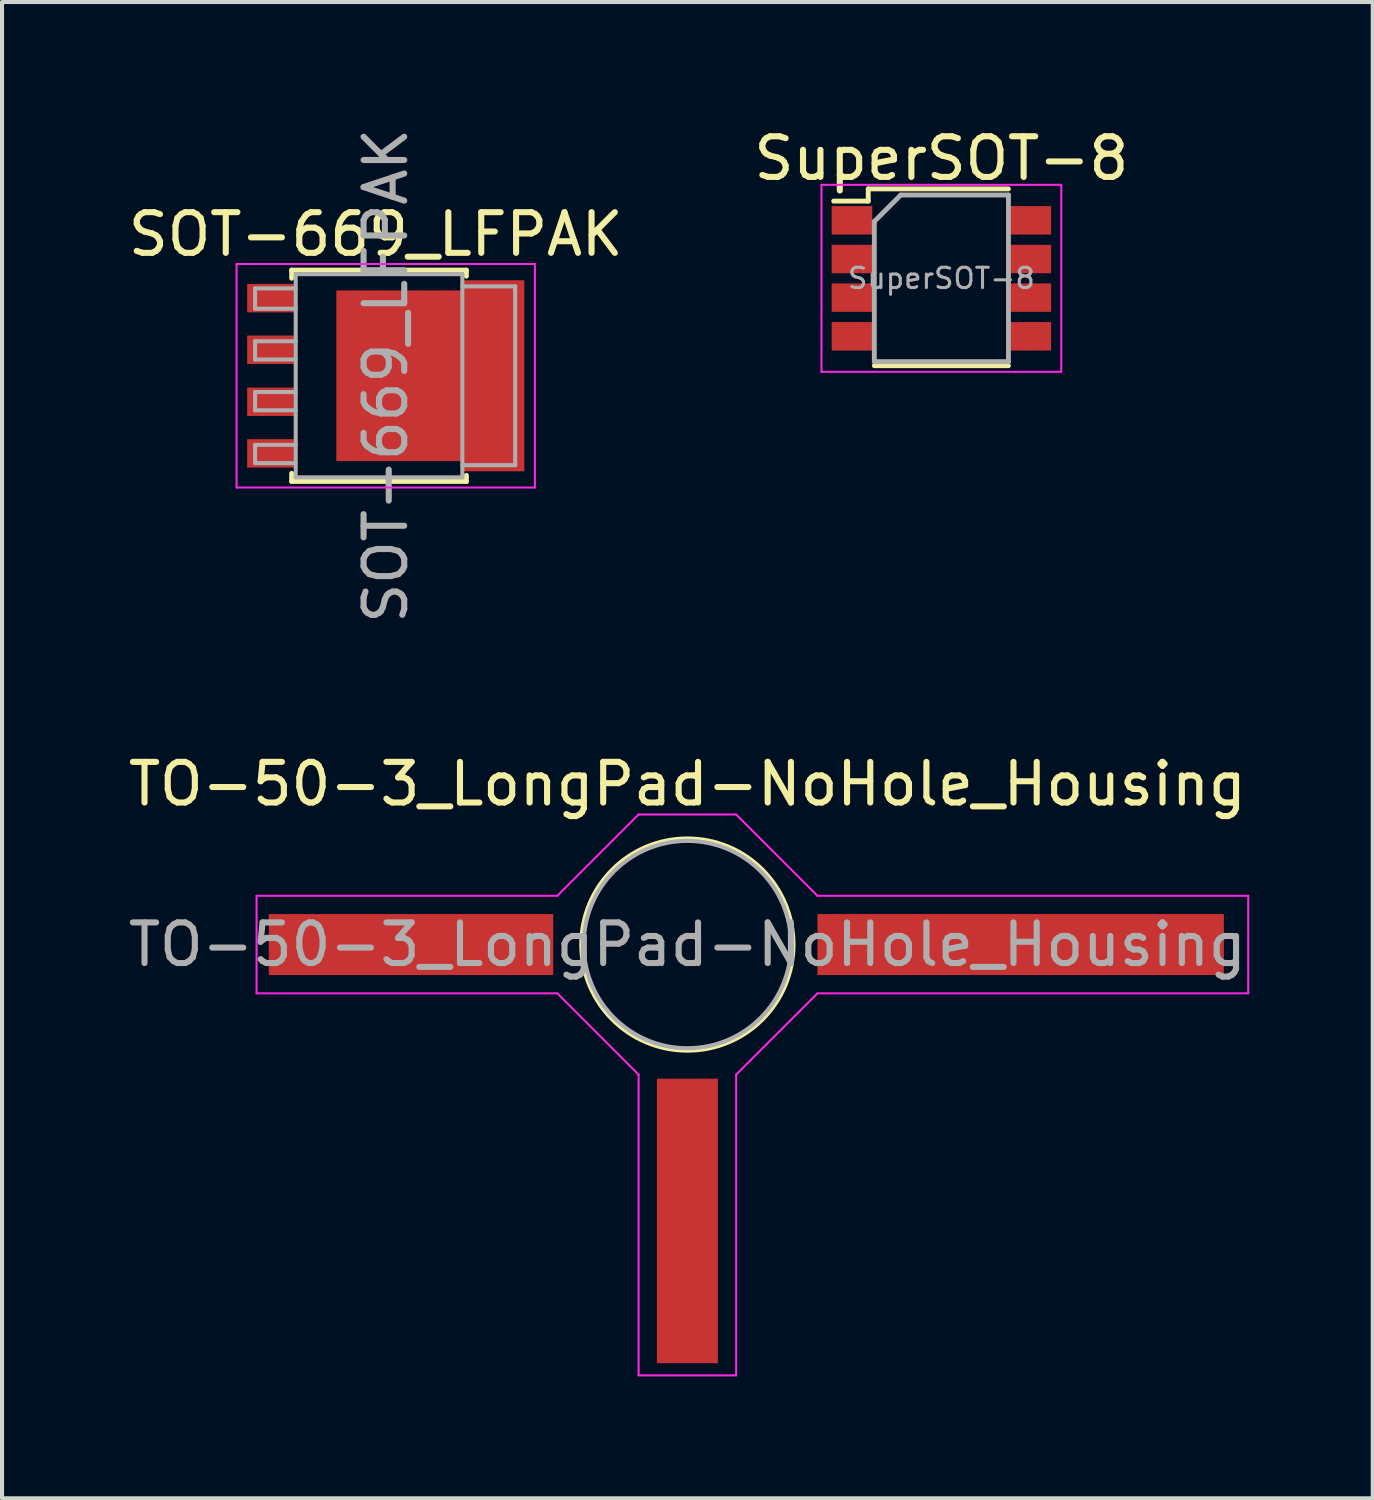
<source format=kicad_pcb>
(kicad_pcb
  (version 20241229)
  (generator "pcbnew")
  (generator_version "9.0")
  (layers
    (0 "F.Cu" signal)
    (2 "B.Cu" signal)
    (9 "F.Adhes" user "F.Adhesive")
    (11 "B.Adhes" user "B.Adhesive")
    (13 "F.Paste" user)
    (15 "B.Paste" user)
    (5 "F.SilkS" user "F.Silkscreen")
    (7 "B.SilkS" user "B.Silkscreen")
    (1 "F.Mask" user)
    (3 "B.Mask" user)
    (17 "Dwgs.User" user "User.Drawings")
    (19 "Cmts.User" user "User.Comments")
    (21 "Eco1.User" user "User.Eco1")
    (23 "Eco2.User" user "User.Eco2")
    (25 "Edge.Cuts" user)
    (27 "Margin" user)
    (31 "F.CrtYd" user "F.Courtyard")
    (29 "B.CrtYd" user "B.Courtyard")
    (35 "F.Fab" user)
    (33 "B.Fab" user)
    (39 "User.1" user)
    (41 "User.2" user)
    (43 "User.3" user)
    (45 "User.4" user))
  (footprint "SuperSOT-8"
    (layer "F.Cu")
    (at 20.113 3.798)
    (property "Reference" "SuperSOT-8" (at 0 -2.95 0) (layer "F.SilkS") (effects (font (size 1 1) (thickness 0.15))))
    (attr smd)
    (fp_line (start -2.65 -1.9) (end -1.8 -1.9) (stroke (width 0.12) (type solid)) (layer "F.SilkS"))
    (fp_line (start -1.8 -2.2) (end 1.65 -2.2) (stroke (width 0.12) (type solid)) (layer "F.SilkS"))
    (fp_line (start -1.8 -1.9) (end -1.8 -2.2) (stroke (width 0.12) (type solid)) (layer "F.SilkS"))
    (fp_line (start 1.65 2.15) (end -1.65 2.15) (stroke (width 0.12) (type solid)) (layer "F.SilkS"))
    (fp_line (start -2.95 -2.3) (end -2.95 2.3) (stroke (width 0.05) (type solid)) (layer "F.CrtYd"))
    (fp_line (start -2.95 -2.3) (end 2.95 -2.3) (stroke (width 0.05) (type solid)) (layer "F.CrtYd"))
    (fp_line (start 2.95 2.3) (end -2.95 2.3) (stroke (width 0.05) (type solid)) (layer "F.CrtYd"))
    (fp_line (start 2.95 2.3) (end 2.95 -2.3) (stroke (width 0.05) (type solid)) (layer "F.CrtYd"))
    (fp_line (start -1.65 -1.4) (end -1 -2.05) (stroke (width 0.12) (type solid)) (layer "F.Fab"))
    (fp_line (start -1.65 2.05) (end -1.65 -1.4) (stroke (width 0.12) (type solid)) (layer "F.Fab"))
    (fp_line (start -1 -2.05) (end 1.65 -2.05) (stroke (width 0.12) (type solid)) (layer "F.Fab"))
    (fp_line (start 1.65 -2.05) (end 1.65 2.05) (stroke (width 0.12) (type solid)) (layer "F.Fab"))
    (fp_line (start 1.65 2.05) (end -1.65 2.05) (stroke (width 0.12) (type solid)) (layer "F.Fab"))
    (fp_text user "${REFERENCE}" (at 0 0 0) (layer "F.Fab") (effects (font (size 0.5 0.5) (thickness 0.075))))
    (pad "1" smd rect (at -2.2 -1.427) (size 1 0.7) (layers "F.Cu" "F.Mask" "F.Paste"))
    (pad "2" smd rect (at -2.2 -0.475) (size 1 0.7) (layers "F.Cu" "F.Mask" "F.Paste"))
    (pad "3" smd rect (at -2.2 0.475) (size 1 0.7) (layers "F.Cu" "F.Mask" "F.Paste"))
    (pad "4" smd rect (at -2.2 1.427) (size 1 0.7) (layers "F.Cu" "F.Mask" "F.Paste"))
    (pad "5" smd rect (at 2.2 1.427) (size 1 0.7) (layers "F.Cu" "F.Mask" "F.Paste"))
    (pad "6" smd rect (at 2.2 0.475) (size 1 0.7) (layers "F.Cu" "F.Mask" "F.Paste"))
    (pad "7" smd rect (at 2.2 -0.475) (size 1 0.7) (layers "F.Cu" "F.Mask" "F.Paste"))
    (pad "8" smd rect (at 2.2 -1.427) (size 1 0.7) (layers "F.Cu" "F.Mask" "F.Paste")))
  (footprint "TO-50-3_LongPad-NoHole_Housing"
    (layer "F.Cu")
    (at 14.563 23.591)
    (property "Reference" "TO-50-3_LongPad-NoHole_Housing" (at -0.7 -7.35 180) (layer "F.SilkS") (effects (font (size 1 1) (thickness 0.15))))
    (attr smd)
    (fp_circle (center -0.7 -3.4) (end -0.7 -6) (stroke (width 0.12) (type solid)) (fill no) (layer "F.SilkS"))
    (fp_line (start -11.3 -4.6) (end -3.9 -4.6) (stroke (width 0.05) (type solid)) (layer "F.CrtYd"))
    (fp_line (start -11.3 -2.2) (end -11.3 -4.6) (stroke (width 0.05) (type solid)) (layer "F.CrtYd"))
    (fp_line (start -3.9 -4.6) (end -1.9 -6.6) (stroke (width 0.05) (type solid)) (layer "F.CrtYd"))
    (fp_line (start -3.9 -2.2) (end -11.3 -2.2) (stroke (width 0.05) (type solid)) (layer "F.CrtYd"))
    (fp_line (start -1.9 -6.6) (end 0.5 -6.6) (stroke (width 0.05) (type solid)) (layer "F.CrtYd"))
    (fp_line (start -1.9 -0.2) (end -3.9 -2.2) (stroke (width 0.05) (type solid)) (layer "F.CrtYd"))
    (fp_line (start -1.9 7.2) (end -1.9 -0.2) (stroke (width 0.05) (type solid)) (layer "F.CrtYd"))
    (fp_line (start 0.5 -6.6) (end 2.5 -4.6) (stroke (width 0.05) (type solid)) (layer "F.CrtYd"))
    (fp_line (start 0.5 -0.2) (end 0.5 7.2) (stroke (width 0.05) (type solid)) (layer "F.CrtYd"))
    (fp_line (start 0.5 7.2) (end -1.9 7.2) (stroke (width 0.05) (type solid)) (layer "F.CrtYd"))
    (fp_line (start 2.5 -4.6) (end 13.1 -4.6) (stroke (width 0.05) (type solid)) (layer "F.CrtYd"))
    (fp_line (start 2.5 -2.2) (end 0.5 -0.2) (stroke (width 0.05) (type solid)) (layer "F.CrtYd"))
    (fp_line (start 13.1 -4.6) (end 13.1 -2.2) (stroke (width 0.05) (type solid)) (layer "F.CrtYd"))
    (fp_line (start 13.1 -2.2) (end 2.5 -2.2) (stroke (width 0.05) (type solid)) (layer "F.CrtYd"))
    (fp_circle (center -0.7 -3.4) (end -0.65 -5.95) (stroke (width 0.1) (type solid)) (fill no) (layer "F.Fab"))
    (fp_text user "${REFERENCE}" (at -0.7 -3.4 0) (layer "F.Fab") (effects (font (size 1 1) (thickness 0.15))))
    (pad "1" smd rect (at -7.5 -3.4 90) (size 1.5 7) (layers "F.Cu" "F.Mask" "F.Paste"))
    (pad "2" smd rect (at -0.7 3.4 90) (size 7 1.5) (layers "F.Cu" "F.Mask" "F.Paste"))
    (pad "3" smd rect (at 7.5 -3.4 90) (size 1.5 10) (layers "F.Cu" "F.Mask" "F.Paste")))
  (footprint "SOT-669_LFPAK"
    (layer "F.Cu")
    (at 6.441 6.196)
    (property "Reference" "SOT-669_LFPAK" (at -0.245 -3.48 0) (layer "F.SilkS") (effects (font (size 1 1) (thickness 0.15))))
    (attr smd)
    (fp_line (start -2.315 -2.6) (end -2.315 -2.4) (stroke (width 0.12) (type solid)) (layer "F.SilkS"))
    (fp_line (start -2.315 2.4) (end -2.315 2.6) (stroke (width 0.12) (type solid)) (layer "F.SilkS"))
    (fp_line (start -2.315 2.6) (end 1.985 2.6) (stroke (width 0.12) (type solid)) (layer "F.SilkS"))
    (fp_line (start 1.985 -2.6) (end -2.315 -2.6) (stroke (width 0.12) (type solid)) (layer "F.SilkS"))
    (fp_line (start 1.985 -2.45) (end 1.985 -2.6) (stroke (width 0.12) (type solid)) (layer "F.SilkS"))
    (fp_line (start 1.985 2.6) (end 1.985 2.45) (stroke (width 0.12) (type solid)) (layer "F.SilkS"))
    (fp_line (start -3.67 2.75) (end -3.67 -2.75) (stroke (width 0.05) (type solid)) (layer "F.CrtYd"))
    (fp_line (start -3.67 2.75) (end 3.67 2.75) (stroke (width 0.05) (type solid)) (layer "F.CrtYd"))
    (fp_line (start 3.67 -2.75) (end -3.67 -2.75) (stroke (width 0.05) (type solid)) (layer "F.CrtYd"))
    (fp_line (start 3.67 -2.75) (end 3.67 2.75) (stroke (width 0.05) (type solid)) (layer "F.CrtYd"))
    (fp_line (start -3.215 -2.15) (end -3.215 -1.65) (stroke (width 0.1) (type solid)) (layer "F.Fab"))
    (fp_line (start -3.215 -2.15) (end -2.215 -2.15) (stroke (width 0.1) (type solid)) (layer "F.Fab"))
    (fp_line (start -3.215 -1.65) (end -2.215 -1.65) (stroke (width 0.1) (type solid)) (layer "F.Fab"))
    (fp_line (start -3.215 -0.85) (end -3.215 -0.4) (stroke (width 0.1) (type solid)) (layer "F.Fab"))
    (fp_line (start -3.215 -0.4) (end -2.215 -0.4) (stroke (width 0.1) (type solid)) (layer "F.Fab"))
    (fp_line (start -3.215 0.4) (end -3.215 0.85) (stroke (width 0.1) (type solid)) (layer "F.Fab"))
    (fp_line (start -3.215 0.85) (end -2.215 0.85) (stroke (width 0.1) (type solid)) (layer "F.Fab"))
    (fp_line (start -3.215 1.7) (end -3.215 2.15) (stroke (width 0.1) (type solid)) (layer "F.Fab"))
    (fp_line (start -3.215 2.15) (end -2.215 2.15) (stroke (width 0.1) (type solid)) (layer "F.Fab"))
    (fp_line (start -2.215 -2.5) (end -2.215 2.5) (stroke (width 0.1) (type solid)) (layer "F.Fab"))
    (fp_line (start -2.215 -0.85) (end -3.215 -0.85) (stroke (width 0.1) (type solid)) (layer "F.Fab"))
    (fp_line (start -2.215 0.4) (end -3.215 0.4) (stroke (width 0.1) (type solid)) (layer "F.Fab"))
    (fp_line (start -2.215 1.7) (end -3.215 1.7) (stroke (width 0.1) (type solid)) (layer "F.Fab"))
    (fp_line (start -2.215 2.5) (end 1.885 2.5) (stroke (width 0.1) (type solid)) (layer "F.Fab"))
    (fp_line (start 1.885 -2.5) (end -2.215 -2.5) (stroke (width 0.1) (type solid)) (layer "F.Fab"))
    (fp_line (start 1.885 2.5) (end 1.885 -2.5) (stroke (width 0.1) (type solid)) (layer "F.Fab"))
    (fp_line (start 3.185 -2.2) (end 1.885 -2.2) (stroke (width 0.1) (type solid)) (layer "F.Fab"))
    (fp_line (start 3.185 -2.2) (end 3.185 2.2) (stroke (width 0.1) (type solid)) (layer "F.Fab"))
    (fp_line (start 3.185 2.2) (end 1.885 2.2) (stroke (width 0.1) (type solid)) (layer "F.Fab"))
    (fp_text user "${REFERENCE}" (at 0 0 90) (layer "F.Fab") (effects (font (size 1 1) (thickness 0.15))))
    (pad "1" smd rect (at -2.835 -1.91 270) (size 0.7 1.15) (layers "F.Cu" "F.Mask" "F.Paste"))
    (pad "2" smd rect (at -2.835 -0.64 270) (size 0.7 1.15) (layers "F.Cu" "F.Mask" "F.Paste"))
    (pad "3" smd rect (at -2.835 0.64 270) (size 0.7 1.15) (layers "F.Cu" "F.Mask" "F.Paste"))
    (pad "4" smd rect (at -2.835 1.91 270) (size 0.7 1.15) (layers "F.Cu" "F.Mask" "F.Paste"))
    (pad "5" smd rect (at -0.665 -1.15) (size 0.6 0.9) (layers "F.Cu" "F.Mask" "F.Paste"))
    (pad "5" smd rect (at -0.665 0) (size 0.6 0.9) (layers "F.Cu" "F.Mask" "F.Paste"))
    (pad "5" smd rect (at -0.665 1.15) (size 0.6 0.9) (layers "F.Cu" "F.Mask" "F.Paste"))
    (pad "5" smd rect (at 0.185 -1.15) (size 0.6 0.9) (layers "F.Cu" "F.Mask" "F.Paste"))
    (pad "5" smd rect (at 0.185 0) (size 0.6 0.9) (layers "F.Cu" "F.Mask" "F.Paste"))
    (pad "5" smd rect (at 0.185 1.15) (size 0.6 0.9) (layers "F.Cu" "F.Mask" "F.Paste"))
    (pad "5" smd rect (at 0.435 0 270) (size 4.2 3.3) (layers "F.Cu" "F.Mask" "F.Paste"))
    (pad "5" smd rect (at 1.035 -1.15) (size 0.6 0.9) (layers "F.Cu" "F.Mask" "F.Paste"))
    (pad "5" smd rect (at 1.035 0) (size 0.6 0.9) (layers "F.Cu" "F.Mask" "F.Paste"))
    (pad "5" smd rect (at 1.035 1.15) (size 0.6 0.9) (layers "F.Cu" "F.Mask" "F.Paste"))
    (pad "5" smd rect (at 2.635 0 270) (size 4.7 1.55) (layers "F.Cu" "F.Mask" "F.Paste"))
    (pad "5" smd rect (at 2.885 -1.88 270) (size 0.6 0.9) (layers "F.Cu" "F.Mask" "F.Paste"))
    (pad "5" smd rect (at 2.885 -0.6 270) (size 0.6 0.9) (layers "F.Cu" "F.Mask" "F.Paste"))
    (pad "5" smd rect (at 2.885 0.6 270) (size 0.6 0.9) (layers "F.Cu" "F.Mask" "F.Paste"))
    (pad "5" smd rect (at 2.885 1.88 270) (size 0.6 0.9) (layers "F.Cu" "F.Mask" "F.Paste")))
  (gr_rect
    (start -3 -3)
    (end 30.726 33.816)
    (stroke (width 0.1) (type default))
    (fill no)
    (layer "Edge.Cuts")))
</source>
